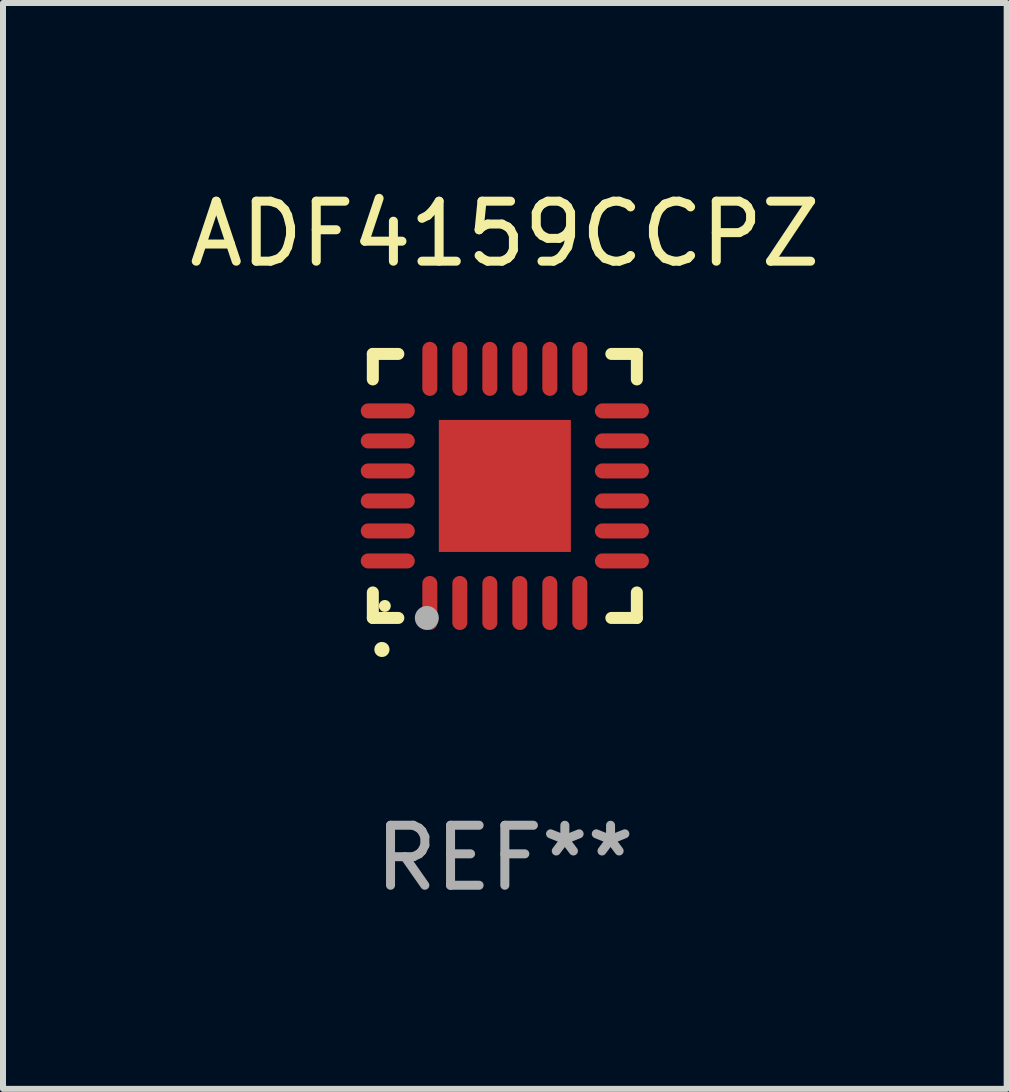
<source format=kicad_pcb>
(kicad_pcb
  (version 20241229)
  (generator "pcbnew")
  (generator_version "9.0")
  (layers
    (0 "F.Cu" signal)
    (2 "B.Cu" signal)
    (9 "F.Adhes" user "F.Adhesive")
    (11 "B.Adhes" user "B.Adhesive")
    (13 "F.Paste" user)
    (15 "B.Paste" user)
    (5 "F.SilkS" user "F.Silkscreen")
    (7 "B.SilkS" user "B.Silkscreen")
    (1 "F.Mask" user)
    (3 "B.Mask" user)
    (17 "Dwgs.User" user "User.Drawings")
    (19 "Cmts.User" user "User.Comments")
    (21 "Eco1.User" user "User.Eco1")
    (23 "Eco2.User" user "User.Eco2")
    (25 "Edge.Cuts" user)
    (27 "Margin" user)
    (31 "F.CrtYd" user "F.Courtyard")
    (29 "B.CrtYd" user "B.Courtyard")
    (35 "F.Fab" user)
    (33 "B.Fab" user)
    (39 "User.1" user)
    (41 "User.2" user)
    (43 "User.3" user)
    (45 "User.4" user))
  (footprint "ADF4159CCPZ"
    (layer "F.Cu")
    (at 5.363 5.048)
    (property "Reference" "ADF4159CCPZ" (at 0 -4.2 0) (layer "F.SilkS") (effects (font (size 1 1) (thickness 0.15))))
    (attr through_hole)
    (fp_line (start -2.2 -2.2) (end -2.2 -1.775) (stroke (width 0.2) (type solid)) (layer "F.SilkS"))
    (fp_line (start -2.2 2.2) (end -2.2 1.775) (stroke (width 0.2) (type solid)) (layer "F.SilkS"))
    (fp_line (start -1.775 -2.2) (end -2.2 -2.2) (stroke (width 0.2) (type solid)) (layer "F.SilkS"))
    (fp_line (start -1.775 2.2) (end -2.2 2.2) (stroke (width 0.2) (type solid)) (layer "F.SilkS"))
    (fp_line (start 2.2 -2.2) (end 1.775 -2.2) (stroke (width 0.2) (type solid)) (layer "F.SilkS"))
    (fp_line (start 2.2 -1.775) (end 2.2 -2.2) (stroke (width 0.2) (type solid)) (layer "F.SilkS"))
    (fp_line (start 2.2 1.775) (end 2.2 2.2) (stroke (width 0.2) (type solid)) (layer "F.SilkS"))
    (fp_line (start 2.2 2.2) (end 1.775 2.2) (stroke (width 0.2) (type solid)) (layer "F.SilkS"))
    (fp_arc (start -2.049784 2.725425) (mid -2.048514 2.725419) (end -2.047244 2.725425) (stroke (width 0.25) (type solid)) (layer "F.SilkS"))
    (fp_circle (center -2 2) (end -1.95 2) (stroke (width 0.1) (type solid)) (fill no) (layer "F.SilkS"))
    (fp_circle (center -1.3 2.2) (end -1.2 2.2) (stroke (width 0.2) (type solid)) (fill no) (layer "F.Fab"))
    (fp_text user "REF**" (at 0 6.2 0) (layer "F.Fab") (effects (font (size 1 1) (thickness 0.15))))
    (pad "1" smd oval (at -1.25 1.951) (size 0.25 0.9) (layers "F.Cu" "F.Mask" "F.Paste"))
    (pad "2" smd oval (at -0.75 1.951) (size 0.25 0.9) (layers "F.Cu" "F.Mask" "F.Paste"))
    (pad "3" smd oval (at -0.25 1.951) (size 0.25 0.9) (layers "F.Cu" "F.Mask" "F.Paste"))
    (pad "4" smd oval (at 0.25 1.951) (size 0.25 0.9) (layers "F.Cu" "F.Mask" "F.Paste"))
    (pad "5" smd oval (at 0.75 1.951) (size 0.25 0.9) (layers "F.Cu" "F.Mask" "F.Paste"))
    (pad "6" smd oval (at 1.25 1.951) (size 0.25 0.9) (layers "F.Cu" "F.Mask" "F.Paste"))
    (pad "7" smd oval (at 1.951 1.25) (size 0.9 0.25) (layers "F.Cu" "F.Mask" "F.Paste"))
    (pad "8" smd oval (at 1.951 0.75) (size 0.9 0.25) (layers "F.Cu" "F.Mask" "F.Paste"))
    (pad "9" smd oval (at 1.951 0.25) (size 0.9 0.25) (layers "F.Cu" "F.Mask" "F.Paste"))
    (pad "10" smd oval (at 1.951 -0.25) (size 0.9 0.25) (layers "F.Cu" "F.Mask" "F.Paste"))
    (pad "11" smd oval (at 1.951 -0.75) (size 0.9 0.25) (layers "F.Cu" "F.Mask" "F.Paste"))
    (pad "12" smd oval (at 1.951 -1.25) (size 0.9 0.25) (layers "F.Cu" "F.Mask" "F.Paste"))
    (pad "13" smd oval (at 1.25 -1.951) (size 0.25 0.9) (layers "F.Cu" "F.Mask" "F.Paste"))
    (pad "14" smd oval (at 0.75 -1.951) (size 0.25 0.9) (layers "F.Cu" "F.Mask" "F.Paste"))
    (pad "15" smd oval (at 0.25 -1.951) (size 0.25 0.9) (layers "F.Cu" "F.Mask" "F.Paste"))
    (pad "16" smd oval (at -0.25 -1.951) (size 0.25 0.9) (layers "F.Cu" "F.Mask" "F.Paste"))
    (pad "17" smd oval (at -0.75 -1.951) (size 0.25 0.9) (layers "F.Cu" "F.Mask" "F.Paste"))
    (pad "18" smd oval (at -1.25 -1.951) (size 0.25 0.9) (layers "F.Cu" "F.Mask" "F.Paste"))
    (pad "19" smd oval (at -1.951 -1.25) (size 0.9 0.25) (layers "F.Cu" "F.Mask" "F.Paste"))
    (pad "20" smd oval (at -1.951 -0.75) (size 0.9 0.25) (layers "F.Cu" "F.Mask" "F.Paste"))
    (pad "21" smd oval (at -1.951 -0.25) (size 0.9 0.25) (layers "F.Cu" "F.Mask" "F.Paste"))
    (pad "22" smd oval (at -1.951 0.25) (size 0.9 0.25) (layers "F.Cu" "F.Mask" "F.Paste"))
    (pad "23" smd oval (at -1.951 0.75) (size 0.9 0.25) (layers "F.Cu" "F.Mask" "F.Paste"))
    (pad "24" smd oval (at -1.951 1.25) (size 0.9 0.25) (layers "F.Cu" "F.Mask" "F.Paste"))
    (pad "25" smd rect (at 0.000076 0) (size 2.2 2.2) (layers "F.Cu" "F.Mask" "F.Paste")))
  (gr_rect
    (start -3 -3)
    (end 13.726 15.096)
    (stroke (width 0.1) (type default))
    (fill no)
    (layer "Edge.Cuts")))
</source>
